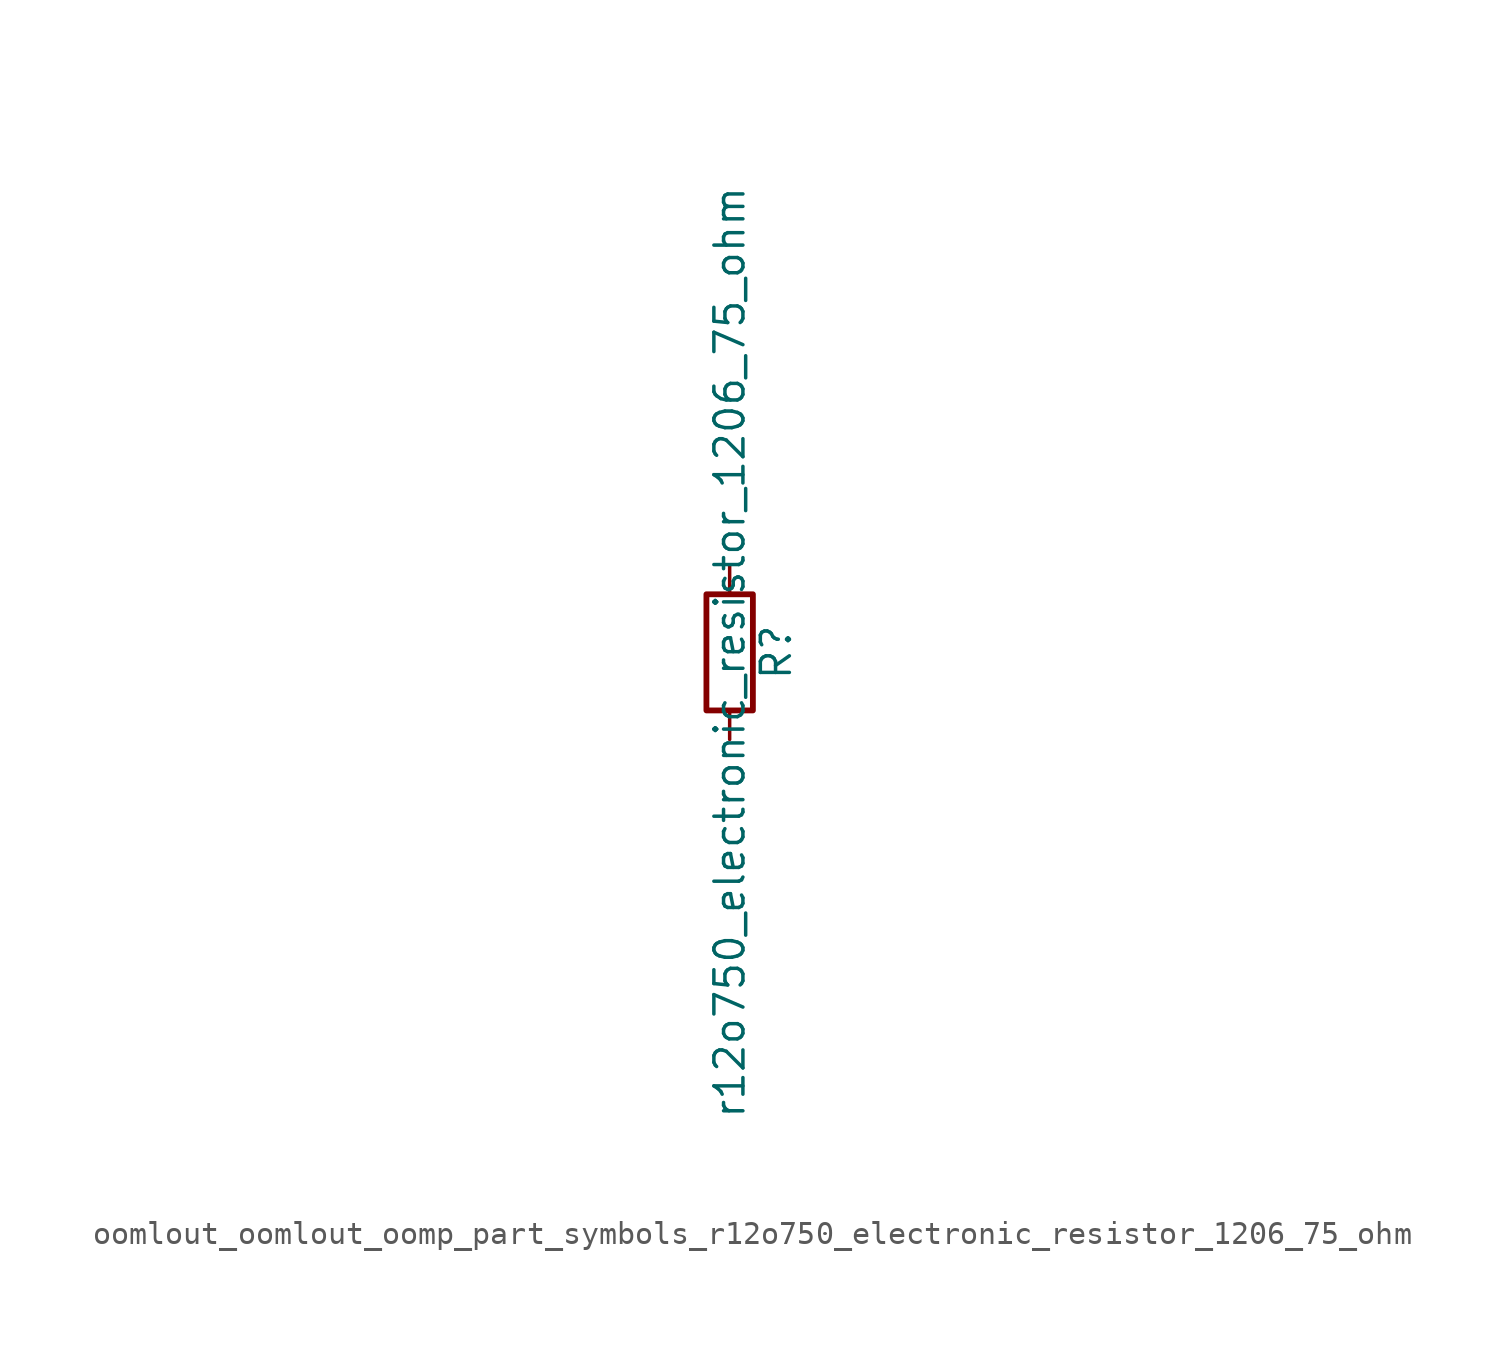
<source format=kicad_sym>
(kicad_symbol_lib
  (version 20220914)
  (generator kicad_symbol_editor)
  (symbol "oomlout_oomlout_oomp_part_symbols_r12o750_electronic_resistor_1206_75_ohm"
    (pin_numbers hide)
    (pin_names
      (offset 0))
    (property "Reference" "R"
      (at 2.032 0 90)
      (effects (font (size 1.27 1.27))))
    (property "Value" "r12o750_electronic_resistor_1206_75_ohm"
      (at 0 0 90)
      (effects (font (size 1.27 1.27))))
    (symbol "oomlout_oomlout_oomp_part_symbols_r12o750_electronic_resistor_1206_75_ohm_0_1"
      (rectangle (start -1.016 -2.54) (end 1.016 2.54) (stroke (width 0.254) (type default)) (fill (type none))))
    (symbol "oomlout_oomlout_oomp_part_symbols_r12o750_electronic_resistor_1206_75_ohm_1_1"
      (pin passive line (at 0 3.81 270) (length 1.27) (name "~" (effects (font (size 1.27 1.27)))) (number "1" (effects (font (size 1.27 1.27)))))
      (pin passive line (at 0 -3.81 90) (length 1.27) (name "~" (effects (font (size 1.27 1.27)))) (number "2" (effects (font (size 1.27 1.27))))))))
</source>
